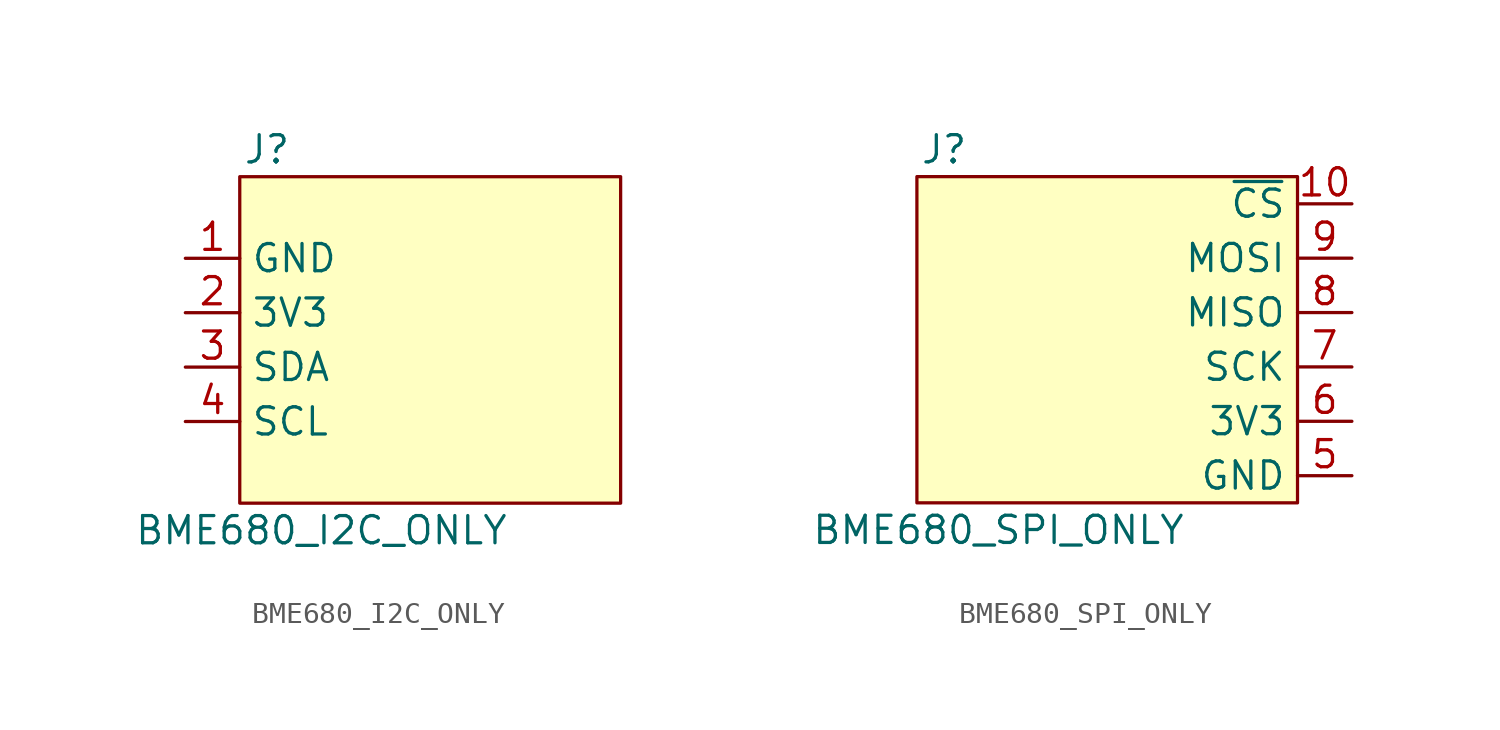
<source format=kicad_sym>
(kicad_symbol_lib
  (version 20211014)
  (generator kicad_symbol_editor)
  (symbol "BME680_I2C_ONLY"
    (property "Reference" "J"
      (at 3.81 2.54 0)
      (effects (font (size 1.27 1.27))))
    (property "Value" "BME680_I2C_ONLY"
      (at 6.35 -15.24 0)
      (effects (font (size 1.27 1.27))))
    (symbol "BME680_I2C_ONLY_0_1"
      (rectangle (start 2.54 1.27) (end 20.32 -13.97) (stroke (width 0.152) (type default) (color 0 0 0 0)) (fill (type background))))
    (symbol "BME680_I2C_ONLY_1_1"
      (pin power_in line (at 0 -2.54 0) (length 2.54) (name "GND" (effects (font (size 1.27 1.27)))) (number "1" (effects (font (size 1.27 1.27)))))
      (pin power_in line (at 0 -5.08 0) (length 2.54) (name "3V3" (effects (font (size 1.27 1.27)))) (number "2" (effects (font (size 1.27 1.27)))))
      (pin bidirectional line (at 0 -7.62 0) (length 2.54) (name "SDA" (effects (font (size 1.27 1.27)))) (number "3" (effects (font (size 1.27 1.27)))))
      (pin input line (at 0 -10.16 0) (length 2.54) (name "SCL" (effects (font (size 1.27 1.27)))) (number "4" (effects (font (size 1.27 1.27)))))))
  (symbol "BME680_SPI_ONLY"
    (property "Reference" "J"
      (at 3.81 2.54 0)
      (effects (font (size 1.27 1.27))))
    (property "Value" "BME680_SPI_ONLY"
      (at 6.35 -15.24 0)
      (effects (font (size 1.27 1.27))))
    (symbol "BME680_SPI_ONLY_0_1"
      (rectangle (start 2.54 1.27) (end 20.32 -13.97) (stroke (width 0.152) (type default) (color 0 0 0 0)) (fill (type background))))
    (symbol "BME680_SPI_ONLY_1_1"
      (pin input line (at 22.86 0 180) (length 2.54) (name "~{CS}" (effects (font (size 1.27 1.27)))) (number "10" (effects (font (size 1.27 1.27)))))
      (pin power_in line (at 22.86 -12.7 180) (length 2.54) (name "GND" (effects (font (size 1.27 1.27)))) (number "5" (effects (font (size 1.27 1.27)))))
      (pin power_in line (at 22.86 -10.16 180) (length 2.54) (name "3V3" (effects (font (size 1.27 1.27)))) (number "6" (effects (font (size 1.27 1.27)))))
      (pin input line (at 22.86 -7.62 180) (length 2.54) (name "SCK" (effects (font (size 1.27 1.27)))) (number "7" (effects (font (size 1.27 1.27)))))
      (pin tri_state line (at 22.86 -5.08 180) (length 2.54) (name "MISO" (effects (font (size 1.27 1.27)))) (number "8" (effects (font (size 1.27 1.27)))))
      (pin input line (at 22.86 -2.54 180) (length 2.54) (name "MOSI" (effects (font (size 1.27 1.27)))) (number "9" (effects (font (size 1.27 1.27))))))))
</source>
